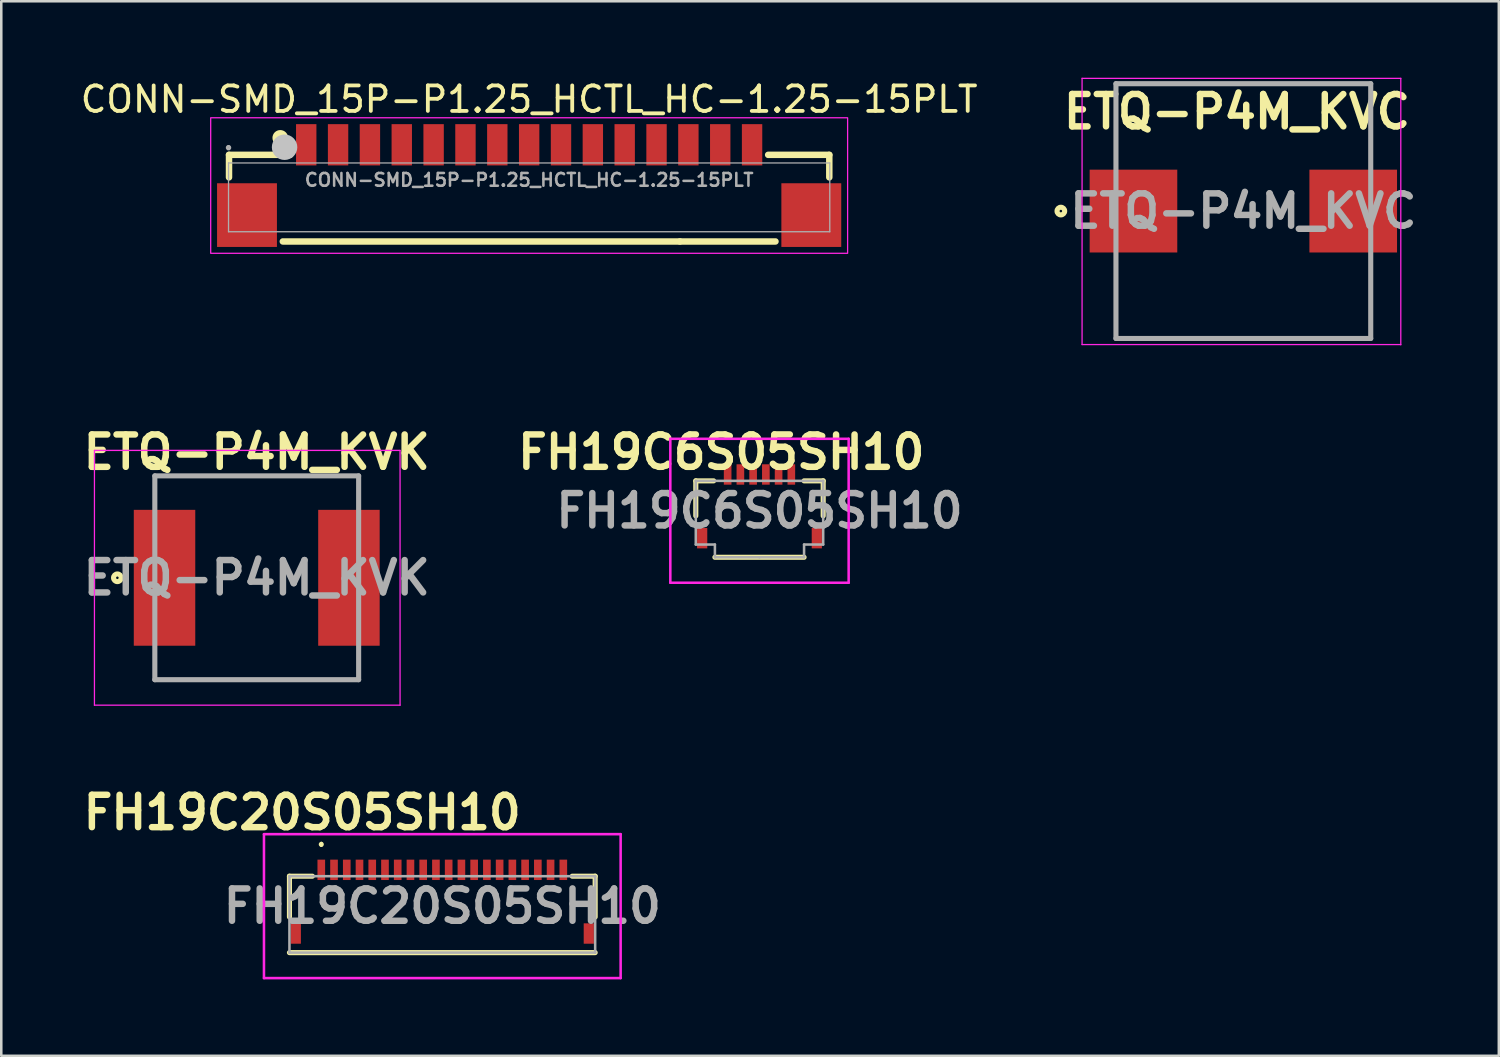
<source format=kicad_pcb>
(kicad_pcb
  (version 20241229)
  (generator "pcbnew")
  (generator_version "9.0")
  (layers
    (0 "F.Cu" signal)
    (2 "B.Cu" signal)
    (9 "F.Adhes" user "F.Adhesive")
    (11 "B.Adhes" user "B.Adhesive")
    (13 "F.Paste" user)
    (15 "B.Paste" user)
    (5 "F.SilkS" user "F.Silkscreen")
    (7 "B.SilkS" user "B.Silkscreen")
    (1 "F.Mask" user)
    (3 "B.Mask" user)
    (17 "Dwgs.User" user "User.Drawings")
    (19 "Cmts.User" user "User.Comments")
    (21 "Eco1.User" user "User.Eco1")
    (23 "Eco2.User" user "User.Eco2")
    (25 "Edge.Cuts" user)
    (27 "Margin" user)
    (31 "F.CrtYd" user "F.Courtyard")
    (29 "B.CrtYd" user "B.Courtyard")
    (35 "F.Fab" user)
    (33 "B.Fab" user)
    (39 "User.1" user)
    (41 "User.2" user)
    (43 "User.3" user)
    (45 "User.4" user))
  (footprint "ETQ-P4M_KVC"
    (layer "F.Cu")
    (at 45.753 5.235)
    (property "Reference" "ETQ-P4M_KVC" (at -0.25 -3.9 180) (layer "F.SilkS") (effects (font (size 1.27 1.27) (thickness 0.254))))
    (attr smd)
    (fp_line (start -5 -5) (end 5 -5) (stroke (width 0.1) (type solid)) (layer "F.SilkS"))
    (fp_line (start 5 5) (end -5 5) (stroke (width 0.1) (type solid)) (layer "F.SilkS"))
    (fp_circle (center -7.163 0) (end -7.163 0.05) (stroke (width 0.2) (type solid)) (fill no) (layer "F.SilkS"))
    (fp_line (start -6.33 -5.21) (end 6.18 -5.21) (stroke (width 0.05) (type solid)) (layer "F.CrtYd"))
    (fp_line (start -6.33 5.24) (end -6.33 -5.21) (stroke (width 0.05) (type solid)) (layer "F.CrtYd"))
    (fp_line (start 6.18 -5.21) (end 6.18 5.25) (stroke (width 0.05) (type solid)) (layer "F.CrtYd"))
    (fp_line (start 6.18 5.24) (end -6.33 5.24) (stroke (width 0.05) (type solid)) (layer "F.CrtYd"))
    (fp_line (start -5 -5) (end 5 -5) (stroke (width 0.2) (type solid)) (layer "F.Fab"))
    (fp_line (start -5 5) (end -5 -5) (stroke (width 0.2) (type solid)) (layer "F.Fab"))
    (fp_line (start 5 -5) (end 5 5) (stroke (width 0.2) (type solid)) (layer "F.Fab"))
    (fp_line (start 5 5) (end -5 5) (stroke (width 0.2) (type solid)) (layer "F.Fab"))
    (fp_text user "${REFERENCE}" (at 0 0 180) (layer "F.Fab") (effects (font (size 1.27 1.27) (thickness 0.254))))
    (pad "1" smd rect (at -4.313 0 90) (size 3.251 3.439) (layers "F.Cu" "F.Mask" "F.Paste"))
    (pad "2" smd rect (at 4.313 0 90) (size 3.251 3.439) (layers "F.Cu" "F.Mask" "F.Paste")))
  (footprint "FH19C6S05SH10"
    (layer "F.Cu")
    (at 26.761 17.199)
    (property "Reference" "FH19C6S05SH10" (at -1.5 -2.5 0) (layer "F.SilkS") (effects (font (size 1.27 1.27) (thickness 0.254))))
    (attr smd)
    (fp_line (start -2.5 -1.375) (end -2.5 0) (stroke (width 0.2) (type solid)) (layer "F.SilkS"))
    (fp_line (start -1.8 -1.375) (end -2.5 -1.375) (stroke (width 0.2) (type solid)) (layer "F.SilkS"))
    (fp_line (start -1.75 1.625) (end 1.75 1.625) (stroke (width 0.2) (type solid)) (layer "F.SilkS"))
    (fp_line (start -1.25 -2.5) (end -1.25 -2.5) (stroke (width 0.1) (type solid)) (layer "F.SilkS"))
    (fp_line (start -1.25 -2.4) (end -1.25 -2.4) (stroke (width 0.1) (type solid)) (layer "F.SilkS"))
    (fp_line (start 1.75 -1.375) (end 2.5 -1.375) (stroke (width 0.2) (type solid)) (layer "F.SilkS"))
    (fp_line (start 2.5 -1.375) (end 2.5 0) (stroke (width 0.2) (type solid)) (layer "F.SilkS"))
    (fp_arc (start -1.25 -2.5) (mid -1.2 -2.45) (end -1.25 -2.4) (stroke (width 0.1) (type solid)) (layer "F.SilkS"))
    (fp_arc (start -1.25 -2.4) (mid -1.3 -2.45) (end -1.25 -2.5) (stroke (width 0.1) (type solid)) (layer "F.SilkS"))
    (fp_line (start -3.5 -3.025) (end 3.5 -3.025) (stroke (width 0.1) (type solid)) (layer "F.CrtYd"))
    (fp_line (start -3.5 2.625) (end -3.5 -3.025) (stroke (width 0.1) (type solid)) (layer "F.CrtYd"))
    (fp_line (start 3.5 -3.025) (end 3.5 2.625) (stroke (width 0.1) (type solid)) (layer "F.CrtYd"))
    (fp_line (start 3.5 2.625) (end -3.5 2.625) (stroke (width 0.1) (type solid)) (layer "F.CrtYd"))
    (fp_line (start -2.5 -1.375) (end -2.5 1.125) (stroke (width 0.1) (type solid)) (layer "F.Fab"))
    (fp_line (start -2.5 1.125) (end -1.75 1.125) (stroke (width 0.1) (type solid)) (layer "F.Fab"))
    (fp_line (start -1.75 1.125) (end -1.75 1.625) (stroke (width 0.1) (type solid)) (layer "F.Fab"))
    (fp_line (start -1.75 1.625) (end 0 1.625) (stroke (width 0.1) (type solid)) (layer "F.Fab"))
    (fp_line (start 0 1.625) (end 1.75 1.625) (stroke (width 0.1) (type solid)) (layer "F.Fab"))
    (fp_line (start 1.75 1.125) (end 2.5 1.125) (stroke (width 0.1) (type solid)) (layer "F.Fab"))
    (fp_line (start 1.75 1.625) (end 1.75 1.125) (stroke (width 0.1) (type solid)) (layer "F.Fab"))
    (fp_line (start 2.5 -1.375) (end -2.5 -1.375) (stroke (width 0.1) (type solid)) (layer "F.Fab"))
    (fp_line (start 2.5 1.125) (end 2.5 -1.375) (stroke (width 0.1) (type solid)) (layer "F.Fab"))
    (fp_text user "${REFERENCE}" (at 0 -0.2 0) (layer "F.Fab") (effects (font (size 1.27 1.27) (thickness 0.254))))
    (pad "1" smd rect (at -1.25 -1.625) (size 0.3 0.8) (layers "F.Cu" "F.Mask" "F.Paste"))
    (pad "2" smd rect (at -0.75 -1.625) (size 0.3 0.8) (layers "F.Cu" "F.Mask" "F.Paste"))
    (pad "3" smd rect (at -0.25 -1.625) (size 0.3 0.8) (layers "F.Cu" "F.Mask" "F.Paste"))
    (pad "4" smd rect (at 0.25 -1.625) (size 0.3 0.8) (layers "F.Cu" "F.Mask" "F.Paste"))
    (pad "5" smd rect (at 0.75 -1.625) (size 0.3 0.8) (layers "F.Cu" "F.Mask" "F.Paste"))
    (pad "6" smd rect (at 1.25 -1.625) (size 0.3 0.8) (layers "F.Cu" "F.Mask" "F.Paste"))
    (pad "MP1" smd rect (at -2.25 0.875) (size 0.4 0.8) (layers "F.Cu" "F.Mask" "F.Paste"))
    (pad "MP2" smd rect (at 2.25 0.875) (size 0.4 0.8) (layers "F.Cu" "F.Mask" "F.Paste")))
  (footprint "CONN-SMD_15P-P1.25_HCTL_HC-1.25-15PLT"
    (layer "F.Cu")
    (at 17.72 4.013)
    (property "Reference" "CONN-SMD_15P-P1.25_HCTL_HC-1.25-15PLT" (at 0 -3.165 0) (layer "F.SilkS") (effects (font (size 1 1) (thickness 0.15))))
    (fp_line (start -11.781 -0.985) (end -11.781 -0.101) (stroke (width 0.254) (type default)) (layer "F.SilkS"))
    (fp_line (start -9.669 2.415) (end 5.918 2.415) (stroke (width 0.254) (type default)) (layer "F.SilkS"))
    (fp_line (start -9.382 -0.985) (end -11.781 -0.985) (stroke (width 0.254) (type default)) (layer "F.SilkS"))
    (fp_line (start 5.918 2.415) (end 9.669 2.415) (stroke (width 0.254) (type default)) (layer "F.SilkS"))
    (fp_line (start 9.381 -0.985) (end 11.781 -0.985) (stroke (width 0.254) (type default)) (layer "F.SilkS"))
    (fp_line (start 11.781 -0.985) (end 11.781 -0.101) (stroke (width 0.254) (type default)) (layer "F.SilkS"))
    (fp_circle (center -9.769 -1.651) (end -9.589 -1.651) (stroke (width 0.254) (type default)) (fill no) (layer "F.SilkS"))
    (fp_circle (center -9.6 -1.284) (end -9.35 -1.284) (stroke (width 0.5) (type default)) (fill no) (layer "Dwgs.User"))
    (fp_rect (start -12.5 -2.44) (end 12.5 2.88) (stroke (width 0.05) (type default)) (fill no) (layer "F.CrtYd"))
    (fp_line (start -11.8 -0.667) (end 11.8 -0.667) (stroke (width 0.051) (type default)) (layer "F.Fab"))
    (fp_line (start -11.8 2.033) (end -11.8 -0.667) (stroke (width 0.051) (type default)) (layer "F.Fab"))
    (fp_line (start 11.8 -0.667) (end 11.8 2.033) (stroke (width 0.051) (type default)) (layer "F.Fab"))
    (fp_line (start 11.8 2.033) (end -11.8 2.033) (stroke (width 0.051) (type default)) (layer "F.Fab"))
    (fp_poly (pts (xy -11.745 -1.289) (xy -11.777 -1.322) (xy -11.823 -1.322) (xy -11.855 -1.289) (xy -11.855 -1.244) (xy -11.823 -1.211) (xy -11.777 -1.211) (xy -11.745 -1.244)) (stroke (width 0.1) (type default)) (fill no) (layer "F.Fab"))
    (fp_poly (pts (xy -11.8 0.483) (xy -10.8 0.483) (xy -10.8 2.033) (xy -11.8 2.033)) (stroke (width 0.1) (type default)) (fill no) (layer "User.1"))
    (fp_poly (pts (xy -8.9 -1.266) (xy -8.6 -1.266) (xy -8.6 -0.467) (xy -8.9 -0.467)) (stroke (width 0.1) (type default)) (fill no) (layer "User.1"))
    (fp_poly (pts (xy -7.65 -1.266) (xy -7.35 -1.266) (xy -7.35 -0.467) (xy -7.65 -0.467)) (stroke (width 0.1) (type default)) (fill no) (layer "User.1"))
    (fp_poly (pts (xy -6.4 -1.266) (xy -6.1 -1.266) (xy -6.1 -0.467) (xy -6.4 -0.467)) (stroke (width 0.1) (type default)) (fill no) (layer "User.1"))
    (fp_poly (pts (xy -5.15 -1.266) (xy -4.85 -1.266) (xy -4.85 -0.467) (xy -5.15 -0.467)) (stroke (width 0.1) (type default)) (fill no) (layer "User.1"))
    (fp_poly (pts (xy -3.9 -1.266) (xy -3.6 -1.266) (xy -3.6 -0.467) (xy -3.9 -0.467)) (stroke (width 0.1) (type default)) (fill no) (layer "User.1"))
    (fp_poly (pts (xy -2.65 -1.266) (xy -2.35 -1.266) (xy -2.35 -0.467) (xy -2.65 -0.467)) (stroke (width 0.1) (type default)) (fill no) (layer "User.1"))
    (fp_poly (pts (xy -1.4 -1.266) (xy -1.1 -1.266) (xy -1.1 -0.467) (xy -1.4 -0.467)) (stroke (width 0.1) (type default)) (fill no) (layer "User.1"))
    (fp_poly (pts (xy -0.15 -1.266) (xy 0.15 -1.266) (xy 0.15 -0.467) (xy -0.15 -0.467)) (stroke (width 0.1) (type default)) (fill no) (layer "User.1"))
    (fp_poly (pts (xy 1.1 -1.266) (xy 1.4 -1.266) (xy 1.4 -0.467) (xy 1.1 -0.467)) (stroke (width 0.1) (type default)) (fill no) (layer "User.1"))
    (fp_poly (pts (xy 2.65 -1.266) (xy 2.65 -0.467) (xy 2.35 -0.467) (xy 2.35 -1.266)) (stroke (width 0.1) (type default)) (fill no) (layer "User.1"))
    (fp_poly (pts (xy 3.9 -1.266) (xy 3.9 -0.467) (xy 3.6 -0.467) (xy 3.6 -1.266)) (stroke (width 0.1) (type default)) (fill no) (layer "User.1"))
    (fp_poly (pts (xy 5.15 -1.266) (xy 5.15 -0.467) (xy 4.85 -0.467) (xy 4.85 -1.266)) (stroke (width 0.1) (type default)) (fill no) (layer "User.1"))
    (fp_poly (pts (xy 6.4 -1.266) (xy 6.4 -0.467) (xy 6.1 -0.467) (xy 6.1 -1.266)) (stroke (width 0.1) (type default)) (fill no) (layer "User.1"))
    (fp_poly (pts (xy 7.649 -1.266) (xy 7.649 -0.467) (xy 7.349 -0.467) (xy 7.349 -1.266)) (stroke (width 0.1) (type default)) (fill no) (layer "User.1"))
    (fp_poly (pts (xy 8.9 -1.266) (xy 8.9 -0.467) (xy 8.6 -0.467) (xy 8.6 -1.266)) (stroke (width 0.1) (type default)) (fill no) (layer "User.1"))
    (fp_poly (pts (xy 10.8 0.483) (xy 11.8 0.483) (xy 11.8 2.033) (xy 10.8 2.033)) (stroke (width 0.1) (type default)) (fill no) (layer "User.1"))
    (fp_text user "${REFERENCE}" (at 0 0 0) (layer "F.Fab") (effects (font (size 0.5 0.5) (thickness 0.1))))
    (pad "1" smd rect (at -8.75 -1.38) (size 0.8 1.62) (layers "F.Cu" "F.Mask" "F.Paste"))
    (pad "2" smd rect (at -7.5 -1.38) (size 0.8 1.62) (layers "F.Cu" "F.Mask" "F.Paste"))
    (pad "3" smd rect (at -6.25 -1.38) (size 0.8 1.62) (layers "F.Cu" "F.Mask" "F.Paste"))
    (pad "4" smd rect (at -5 -1.38) (size 0.8 1.62) (layers "F.Cu" "F.Mask" "F.Paste"))
    (pad "5" smd rect (at -3.75 -1.38) (size 0.8 1.62) (layers "F.Cu" "F.Mask" "F.Paste"))
    (pad "6" smd rect (at -2.5 -1.38) (size 0.8 1.62) (layers "F.Cu" "F.Mask" "F.Paste"))
    (pad "7" smd rect (at -1.25 -1.38) (size 0.8 1.62) (layers "F.Cu" "F.Mask" "F.Paste"))
    (pad "8" smd rect (at 0 -1.38) (size 0.8 1.62) (layers "F.Cu" "F.Mask" "F.Paste"))
    (pad "9" smd rect (at 1.25 -1.38) (size 0.8 1.62) (layers "F.Cu" "F.Mask" "F.Paste"))
    (pad "10" smd rect (at 2.5 -1.38 90) (size 1.62 0.8) (layers "F.Cu" "F.Mask" "F.Paste"))
    (pad "11" smd rect (at 3.75 -1.38 90) (size 1.62 0.8) (layers "F.Cu" "F.Mask" "F.Paste"))
    (pad "12" smd rect (at 5 -1.38 90) (size 1.62 0.8) (layers "F.Cu" "F.Mask" "F.Paste"))
    (pad "13" smd rect (at 6.25 -1.38 90) (size 1.62 0.8) (layers "F.Cu" "F.Mask" "F.Paste"))
    (pad "14" smd rect (at 7.5 -1.38 90) (size 1.62 0.8) (layers "F.Cu" "F.Mask" "F.Paste"))
    (pad "15" smd rect (at 8.75 -1.38 90) (size 1.62 0.8) (layers "F.Cu" "F.Mask" "F.Paste"))
    (pad "16" smd rect (at 11.075 1.38) (size 2.35 2.5) (layers "F.Cu" "F.Mask" "F.Paste"))
    (pad "17" smd rect (at -11.075 1.38) (size 2.35 2.5) (layers "F.Cu" "F.Mask" "F.Paste")))
  (footprint "ETQ-P4M_KVK"
    (layer "F.Cu")
    (at 7.027 19.629)
    (property "Reference" "ETQ-P4M_KVK" (at 0 -4.93 0) (layer "F.SilkS") (effects (font (size 1.27 1.27) (thickness 0.254))))
    (attr smd)
    (fp_line (start -4 -4) (end 4 -4) (stroke (width 0.1) (type solid)) (layer "F.SilkS"))
    (fp_line (start 4 4) (end -4 4) (stroke (width 0.1) (type solid)) (layer "F.SilkS"))
    (fp_circle (center -5.47 0) (end -5.47 0.05) (stroke (width 0.2) (type solid)) (fill no) (layer "F.SilkS"))
    (fp_line (start -6.37 -5) (end 5.626 -5) (stroke (width 0.05) (type solid)) (layer "F.CrtYd"))
    (fp_line (start -6.37 5) (end -6.37 -5) (stroke (width 0.05) (type solid)) (layer "F.CrtYd"))
    (fp_line (start 5.626 -5) (end 5.626 5) (stroke (width 0.05) (type solid)) (layer "F.CrtYd"))
    (fp_line (start 5.626 5) (end -6.37 5) (stroke (width 0.05) (type solid)) (layer "F.CrtYd"))
    (fp_line (start -4 -4) (end 4 -4) (stroke (width 0.2) (type solid)) (layer "F.Fab"))
    (fp_line (start -4 4) (end -4 -4) (stroke (width 0.2) (type solid)) (layer "F.Fab"))
    (fp_line (start 4 -4) (end 4 4) (stroke (width 0.2) (type solid)) (layer "F.Fab"))
    (fp_line (start 4 4) (end -4 4) (stroke (width 0.2) (type solid)) (layer "F.Fab"))
    (fp_text user "${REFERENCE}" (at 0 0 0) (layer "F.Fab") (effects (font (size 1.27 1.27) (thickness 0.254))))
    (pad "1" smd rect (at -3.619 0) (size 2.413 5.334) (layers "F.Cu" "F.Mask" "F.Paste"))
    (pad "2" smd rect (at 3.619 0) (size 2.413 5.334) (layers "F.Cu" "F.Mask" "F.Paste")))
  (footprint "FH19C20S05SH10"
    (layer "F.Cu")
    (at 14.311 32.842)
    (property "Reference" "FH19C20S05SH10" (at -5.5 -4 0) (layer "F.SilkS") (effects (font (size 1.27 1.27) (thickness 0.254))))
    (attr smd)
    (fp_line (start -6 -1.5) (end -6 0.1) (stroke (width 0.2) (type solid)) (layer "F.SilkS"))
    (fp_line (start -6 1.5) (end 6 1.5) (stroke (width 0.2) (type solid)) (layer "F.SilkS"))
    (fp_line (start -5.1 -1.5) (end -6 -1.5) (stroke (width 0.2) (type solid)) (layer "F.SilkS"))
    (fp_line (start -4.75 -2.8) (end -4.75 -2.8) (stroke (width 0.1) (type solid)) (layer "F.SilkS"))
    (fp_line (start -4.75 -2.7) (end -4.75 -2.7) (stroke (width 0.1) (type solid)) (layer "F.SilkS"))
    (fp_line (start 6 -1.5) (end 5.1 -1.5) (stroke (width 0.2) (type solid)) (layer "F.SilkS"))
    (fp_line (start 6 0.1) (end 6 -1.5) (stroke (width 0.2) (type solid)) (layer "F.SilkS"))
    (fp_arc (start -4.75 -2.8) (mid -4.7 -2.75) (end -4.75 -2.7) (stroke (width 0.1) (type solid)) (layer "F.SilkS"))
    (fp_arc (start -4.75 -2.7) (mid -4.8 -2.75) (end -4.75 -2.8) (stroke (width 0.1) (type solid)) (layer "F.SilkS"))
    (fp_line (start -7 -3.15) (end 7 -3.15) (stroke (width 0.1) (type solid)) (layer "F.CrtYd"))
    (fp_line (start -7 2.5) (end -7 -3.15) (stroke (width 0.1) (type solid)) (layer "F.CrtYd"))
    (fp_line (start 7 -3.15) (end 7 2.5) (stroke (width 0.1) (type solid)) (layer "F.CrtYd"))
    (fp_line (start 7 2.5) (end -7 2.5) (stroke (width 0.1) (type solid)) (layer "F.CrtYd"))
    (fp_line (start -6 -1.5) (end 6 -1.5) (stroke (width 0.1) (type solid)) (layer "F.Fab"))
    (fp_line (start -6 1.5) (end -6 -1.5) (stroke (width 0.1) (type solid)) (layer "F.Fab"))
    (fp_line (start 6 -1.5) (end 6 1.5) (stroke (width 0.1) (type solid)) (layer "F.Fab"))
    (fp_line (start 6 1.5) (end -6 1.5) (stroke (width 0.1) (type solid)) (layer "F.Fab"))
    (fp_text user "${REFERENCE}" (at 0 -0.325 0) (layer "F.Fab") (effects (font (size 1.27 1.27) (thickness 0.254))))
    (pad "1" smd rect (at -4.75 -1.75) (size 0.3 0.8) (layers "F.Cu" "F.Mask" "F.Paste"))
    (pad "2" smd rect (at -4.25 -1.75) (size 0.3 0.8) (layers "F.Cu" "F.Mask" "F.Paste"))
    (pad "3" smd rect (at -3.75 -1.75) (size 0.3 0.8) (layers "F.Cu" "F.Mask" "F.Paste"))
    (pad "4" smd rect (at -3.25 -1.75) (size 0.3 0.8) (layers "F.Cu" "F.Mask" "F.Paste"))
    (pad "5" smd rect (at -2.75 -1.75) (size 0.3 0.8) (layers "F.Cu" "F.Mask" "F.Paste"))
    (pad "6" smd rect (at -2.25 -1.75) (size 0.3 0.8) (layers "F.Cu" "F.Mask" "F.Paste"))
    (pad "7" smd rect (at -1.75 -1.75) (size 0.3 0.8) (layers "F.Cu" "F.Mask" "F.Paste"))
    (pad "8" smd rect (at -1.25 -1.75) (size 0.3 0.8) (layers "F.Cu" "F.Mask" "F.Paste"))
    (pad "9" smd rect (at -0.75 -1.75) (size 0.3 0.8) (layers "F.Cu" "F.Mask" "F.Paste"))
    (pad "10" smd rect (at -0.25 -1.75) (size 0.3 0.8) (layers "F.Cu" "F.Mask" "F.Paste"))
    (pad "11" smd rect (at 0.25 -1.75) (size 0.3 0.8) (layers "F.Cu" "F.Mask" "F.Paste"))
    (pad "12" smd rect (at 0.75 -1.75) (size 0.3 0.8) (layers "F.Cu" "F.Mask" "F.Paste"))
    (pad "13" smd rect (at 1.25 -1.75) (size 0.3 0.8) (layers "F.Cu" "F.Mask" "F.Paste"))
    (pad "14" smd rect (at 1.75 -1.75) (size 0.3 0.8) (layers "F.Cu" "F.Mask" "F.Paste"))
    (pad "15" smd rect (at 2.25 -1.75) (size 0.3 0.8) (layers "F.Cu" "F.Mask" "F.Paste"))
    (pad "16" smd rect (at 2.75 -1.75) (size 0.3 0.8) (layers "F.Cu" "F.Mask" "F.Paste"))
    (pad "17" smd rect (at 3.25 -1.75) (size 0.3 0.8) (layers "F.Cu" "F.Mask" "F.Paste"))
    (pad "18" smd rect (at 3.75 -1.75) (size 0.3 0.8) (layers "F.Cu" "F.Mask" "F.Paste"))
    (pad "19" smd rect (at 4.25 -1.75) (size 0.3 0.8) (layers "F.Cu" "F.Mask" "F.Paste"))
    (pad "20" smd rect (at 4.75 -1.75) (size 0.3 0.8) (layers "F.Cu" "F.Mask" "F.Paste"))
    (pad "MP1" smd rect (at -5.75 0.75) (size 0.4 0.8) (layers "F.Cu" "F.Mask" "F.Paste"))
    (pad "MP2" smd rect (at 5.75 0.75) (size 0.4 0.8) (layers "F.Cu" "F.Mask" "F.Paste")))
  (gr_rect
    (start -3 -3)
    (end 55.781 38.392)
    (stroke (width 0.1) (type default))
    (fill no)
    (layer "Edge.Cuts")))
</source>
